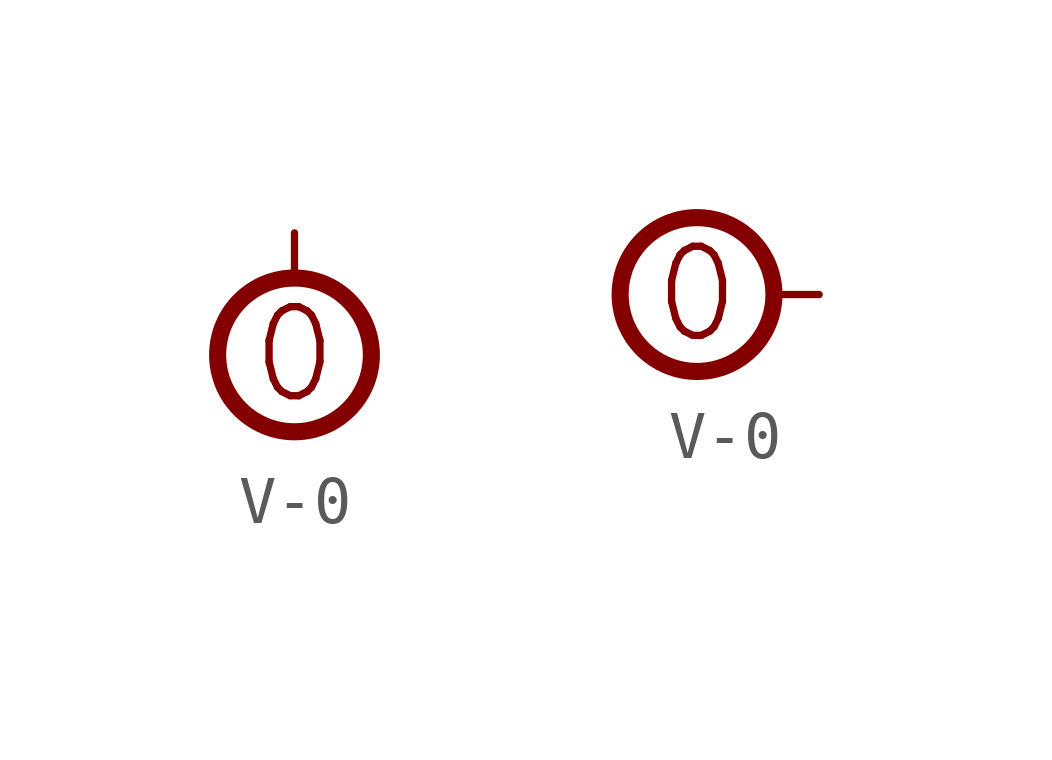
<source format=kicad_sym>
(kicad_symbol_lib
  (version 20211014)
  (generator kicad_symbol_editor)
  (symbol "V-0"
    (power)
    (pin_numbers hide)
    (pin_names
      (offset 1.27) hide)
    (property "Reference" "#PWR"
      (at 5.08 0 0)
      (effects (font (size 1.27 1.27)) (justify left) hide))
    (symbol "V-0_1_0"
      (pin power_in line (at 0 0 0) (length 0) hide (name "0" (effects (font (size 1.27 1.27)))) (number "0" (effects (font (size 0 0))))))
    (symbol "V-0_1_1"
      (circle (center 0 -2.54) (radius 1.6) (stroke (width 0.356) (type default) (color 0 0 0 0)) (fill (type none)))
      (polyline (pts (xy 0 -0.889) (xy 0 0)) (stroke (width 0) (type default) (color 0 0 0 0)) (fill (type none)))
      (text "0" (at 0 -2.54 0) (effects (font (size 1.854 1.854)))))
    (symbol "V-0_1_2"
      (circle (center -2.54 0) (radius 1.6) (stroke (width 0.356) (type default) (color 0 0 0 0)) (fill (type none)))
      (polyline (pts (xy -0.889 0) (xy 0 0)) (stroke (width 0) (type default) (color 0 0 0 0)) (fill (type none)))
      (text "0" (at -2.54 0 0) (effects (font (size 1.854 1.854)))))))
</source>
